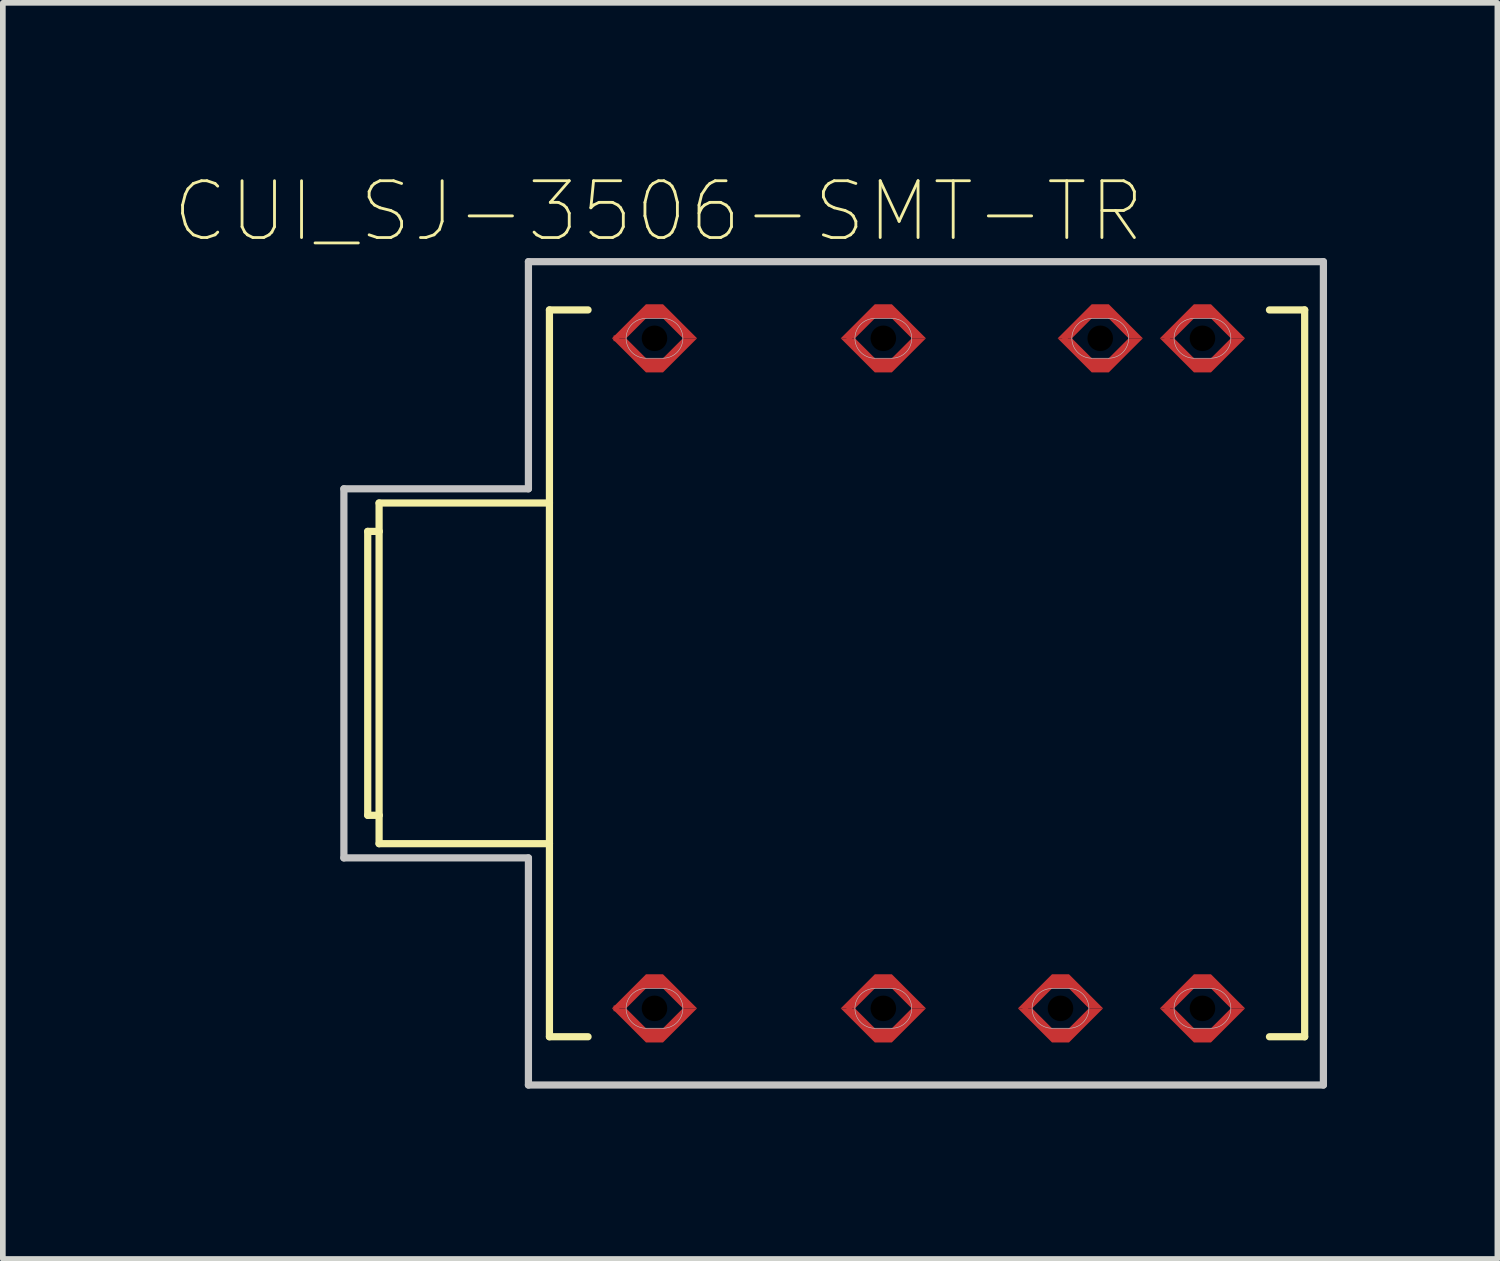
<source format=kicad_pcb>
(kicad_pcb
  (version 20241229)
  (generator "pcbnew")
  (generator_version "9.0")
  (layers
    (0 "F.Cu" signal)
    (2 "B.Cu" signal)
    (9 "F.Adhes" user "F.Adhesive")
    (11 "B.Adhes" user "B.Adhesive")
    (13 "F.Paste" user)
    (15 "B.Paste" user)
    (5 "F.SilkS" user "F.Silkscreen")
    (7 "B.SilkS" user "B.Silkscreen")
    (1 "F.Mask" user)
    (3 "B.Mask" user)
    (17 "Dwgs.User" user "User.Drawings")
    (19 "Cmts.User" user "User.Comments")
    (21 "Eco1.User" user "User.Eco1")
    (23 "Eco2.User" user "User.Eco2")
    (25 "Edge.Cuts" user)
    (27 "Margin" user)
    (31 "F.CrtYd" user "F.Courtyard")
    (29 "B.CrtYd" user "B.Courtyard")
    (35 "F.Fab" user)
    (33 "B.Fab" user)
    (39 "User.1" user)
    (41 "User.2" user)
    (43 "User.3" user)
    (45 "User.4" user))
  (footprint "CUI_SJ-3506-SMT-TR"
    (layer "F.Cu")
    (at 12.506 8.808)
    (property "Reference" "CUI_SJ-3506-SMT-TR" (at -3.96 -8.135 0) (layer "F.SilkS") (effects (font (size 1 1) (thickness 0.05))))
    (attr smd)
    (fp_poly (pts (xy -4.78 -5.9) (xy -4.18 -5.3) (xy -3.88 -5.3) (xy -3.28 -5.9) (xy -3.53 -5.9) (xy -3.88 -5.55) (xy -4.18 -5.55) (xy -4.53 -5.9)) (stroke (width 0) (type solid)) (fill yes) (layer "F.Cu"))
    (fp_poly (pts (xy -4.78 5.9) (xy -4.18 6.5) (xy -3.88 6.5) (xy -3.28 5.9) (xy -3.53 5.9) (xy -3.88 6.25) (xy -4.18 6.25) (xy -4.53 5.9)) (stroke (width 0) (type solid)) (fill yes) (layer "F.Cu"))
    (fp_poly (pts (xy -3.28 -5.9) (xy -3.88 -6.5) (xy -4.18 -6.5) (xy -4.78 -5.9) (xy -4.53 -5.9) (xy -4.18 -6.25) (xy -3.88 -6.25) (xy -3.53 -5.9)) (stroke (width 0) (type solid)) (fill yes) (layer "F.Cu"))
    (fp_poly (pts (xy -3.28 5.9) (xy -3.88 5.3) (xy -4.18 5.3) (xy -4.78 5.9) (xy -4.53 5.9) (xy -4.18 5.55) (xy -3.88 5.55) (xy -3.53 5.9)) (stroke (width 0) (type solid)) (fill yes) (layer "F.Cu"))
    (fp_poly (pts (xy -0.75 -5.9) (xy -0.15 -5.3) (xy 0.15 -5.3) (xy 0.75 -5.9) (xy 0.5 -5.9) (xy 0.15 -5.55) (xy -0.15 -5.55) (xy -0.5 -5.9)) (stroke (width 0) (type solid)) (fill yes) (layer "F.Cu"))
    (fp_poly (pts (xy -0.75 5.9) (xy -0.15 6.5) (xy 0.15 6.5) (xy 0.75 5.9) (xy 0.5 5.9) (xy 0.15 6.25) (xy -0.15 6.25) (xy -0.5 5.9)) (stroke (width 0) (type solid)) (fill yes) (layer "F.Cu"))
    (fp_poly (pts (xy 0.75 -5.9) (xy 0.15 -6.5) (xy -0.15 -6.5) (xy -0.75 -5.9) (xy -0.5 -5.9) (xy -0.15 -6.25) (xy 0.15 -6.25) (xy 0.5 -5.9)) (stroke (width 0) (type solid)) (fill yes) (layer "F.Cu"))
    (fp_poly (pts (xy 0.75 5.9) (xy 0.15 5.3) (xy -0.15 5.3) (xy -0.75 5.9) (xy -0.5 5.9) (xy -0.15 5.55) (xy 0.15 5.55) (xy 0.5 5.9)) (stroke (width 0) (type solid)) (fill yes) (layer "F.Cu"))
    (fp_poly (pts (xy 2.37 5.9) (xy 2.97 6.5) (xy 3.27 6.5) (xy 3.87 5.9) (xy 3.62 5.9) (xy 3.27 6.25) (xy 2.97 6.25) (xy 2.62 5.9)) (stroke (width 0) (type solid)) (fill yes) (layer "F.Cu"))
    (fp_poly (pts (xy 3.07 -5.9) (xy 3.67 -5.3) (xy 3.97 -5.3) (xy 4.57 -5.9) (xy 4.32 -5.9) (xy 3.97 -5.55) (xy 3.67 -5.55) (xy 3.32 -5.9)) (stroke (width 0) (type solid)) (fill yes) (layer "F.Cu"))
    (fp_poly (pts (xy 3.87 5.9) (xy 3.27 5.3) (xy 2.97 5.3) (xy 2.37 5.9) (xy 2.62 5.9) (xy 2.97 5.55) (xy 3.27 5.55) (xy 3.62 5.9)) (stroke (width 0) (type solid)) (fill yes) (layer "F.Cu"))
    (fp_poly (pts (xy 4.57 -5.9) (xy 3.97 -6.5) (xy 3.67 -6.5) (xy 3.07 -5.9) (xy 3.32 -5.9) (xy 3.67 -6.25) (xy 3.97 -6.25) (xy 4.32 -5.9)) (stroke (width 0) (type solid)) (fill yes) (layer "F.Cu"))
    (fp_poly (pts (xy 4.87 -5.9) (xy 5.47 -5.3) (xy 5.77 -5.3) (xy 6.37 -5.9) (xy 6.12 -5.9) (xy 5.77 -5.55) (xy 5.47 -5.55) (xy 5.12 -5.9)) (stroke (width 0) (type solid)) (fill yes) (layer "F.Cu"))
    (fp_poly (pts (xy 4.87 5.9) (xy 5.47 6.5) (xy 5.77 6.5) (xy 6.37 5.9) (xy 6.12 5.9) (xy 5.77 6.25) (xy 5.47 6.25) (xy 5.12 5.9)) (stroke (width 0) (type solid)) (fill yes) (layer "F.Cu"))
    (fp_poly (pts (xy 6.37 -5.9) (xy 5.77 -6.5) (xy 5.47 -6.5) (xy 4.87 -5.9) (xy 5.12 -5.9) (xy 5.47 -6.25) (xy 5.77 -6.25) (xy 6.12 -5.9)) (stroke (width 0) (type solid)) (fill yes) (layer "F.Cu"))
    (fp_poly (pts (xy 6.37 5.9) (xy 5.77 5.3) (xy 5.47 5.3) (xy 4.87 5.9) (xy 5.12 5.9) (xy 5.47 5.55) (xy 5.77 5.55) (xy 6.12 5.9)) (stroke (width 0) (type solid)) (fill yes) (layer "F.Cu"))
    (fp_poly (pts (xy -4.88 -6.6) (xy -3.18 -6.6) (xy -3.18 -5.2) (xy -4.88 -5.2)) (stroke (width 0.381) (type solid)) (fill yes) (layer "F.Mask"))
    (fp_poly (pts (xy -4.88 5.2) (xy -3.18 5.2) (xy -3.18 6.6) (xy -4.88 6.6)) (stroke (width 0.381) (type solid)) (fill yes) (layer "F.Mask"))
    (fp_poly (pts (xy -0.85 -6.6) (xy 0.85 -6.6) (xy 0.85 -5.2) (xy -0.85 -5.2)) (stroke (width 0.381) (type solid)) (fill yes) (layer "F.Mask"))
    (fp_poly (pts (xy -0.85 5.2) (xy 0.85 5.2) (xy 0.85 6.6) (xy -0.85 6.6)) (stroke (width 0.381) (type solid)) (fill yes) (layer "F.Mask"))
    (fp_poly (pts (xy 2.27 5.2) (xy 3.97 5.2) (xy 3.97 6.6) (xy 2.27 6.6)) (stroke (width 0.381) (type solid)) (fill yes) (layer "F.Mask"))
    (fp_poly (pts (xy 2.97 -6.6) (xy 4.67 -6.6) (xy 4.67 -5.2) (xy 2.97 -5.2)) (stroke (width 0.381) (type solid)) (fill yes) (layer "F.Mask"))
    (fp_poly (pts (xy 4.77 -6.6) (xy 6.47 -6.6) (xy 6.47 -5.2) (xy 4.77 -5.2)) (stroke (width 0.381) (type solid)) (fill yes) (layer "F.Mask"))
    (fp_poly (pts (xy 4.77 5.2) (xy 6.47 5.2) (xy 6.47 6.6) (xy 4.77 6.6)) (stroke (width 0.381) (type solid)) (fill yes) (layer "F.Mask"))
    (fp_line (start -9.08 -2.5) (end -8.88 -2.5) (stroke (width 0.127) (type solid)) (layer "F.SilkS"))
    (fp_line (start -9.08 2.5) (end -9.08 -2.5) (stroke (width 0.127) (type solid)) (layer "F.SilkS"))
    (fp_line (start -9.08 2.5) (end -8.88 2.5) (stroke (width 0.127) (type solid)) (layer "F.SilkS"))
    (fp_line (start -8.88 -3) (end -8.88 -2.5) (stroke (width 0.127) (type solid)) (layer "F.SilkS"))
    (fp_line (start -8.88 -2.5) (end -8.88 2.5) (stroke (width 0.127) (type solid)) (layer "F.SilkS"))
    (fp_line (start -8.88 2.5) (end -8.88 3) (stroke (width 0.127) (type solid)) (layer "F.SilkS"))
    (fp_line (start -8.88 3) (end -5.88 3) (stroke (width 0.127) (type solid)) (layer "F.SilkS"))
    (fp_line (start -5.88 -6.4) (end -5.88 -3) (stroke (width 0.127) (type solid)) (layer "F.SilkS"))
    (fp_line (start -5.88 -3) (end -8.88 -3) (stroke (width 0.127) (type solid)) (layer "F.SilkS"))
    (fp_line (start -5.88 -3) (end -5.88 3) (stroke (width 0.127) (type solid)) (layer "F.SilkS"))
    (fp_line (start -5.88 3) (end -5.88 6.4) (stroke (width 0.127) (type solid)) (layer "F.SilkS"))
    (fp_line (start -5.88 6.4) (end -5.2 6.4) (stroke (width 0.127) (type solid)) (layer "F.SilkS"))
    (fp_line (start -5.2 -6.4) (end -5.88 -6.4) (stroke (width 0.127) (type solid)) (layer "F.SilkS"))
    (fp_line (start 6.8 6.4) (end 7.42 6.4) (stroke (width 0.127) (type solid)) (layer "F.SilkS"))
    (fp_line (start 7.42 -6.4) (end 6.8 -6.4) (stroke (width 0.127) (type solid)) (layer "F.SilkS"))
    (fp_line (start 7.42 6.4) (end 7.42 -6.4) (stroke (width 0.127) (type solid)) (layer "F.SilkS"))
    (fp_poly (pts (xy -4.78 -5.9) (xy -4.18 -5.3) (xy -3.88 -5.3) (xy -3.28 -5.9) (xy -3.53 -5.9) (xy -3.88 -5.55) (xy -4.18 -5.55) (xy -4.53 -5.9)) (stroke (width 0) (type solid)) (fill yes) (layer "F.Paste"))
    (fp_poly (pts (xy -4.78 5.9) (xy -4.18 6.5) (xy -3.88 6.5) (xy -3.28 5.9) (xy -3.53 5.9) (xy -3.88 6.25) (xy -4.18 6.25) (xy -4.53 5.9)) (stroke (width 0) (type solid)) (fill yes) (layer "F.Paste"))
    (fp_poly (pts (xy -3.28 -5.9) (xy -3.88 -6.5) (xy -4.18 -6.5) (xy -4.78 -5.9) (xy -4.53 -5.9) (xy -4.18 -6.25) (xy -3.88 -6.25) (xy -3.53 -5.9)) (stroke (width 0) (type solid)) (fill yes) (layer "F.Paste"))
    (fp_poly (pts (xy -3.28 5.9) (xy -3.88 5.3) (xy -4.18 5.3) (xy -4.78 5.9) (xy -4.53 5.9) (xy -4.18 5.55) (xy -3.88 5.55) (xy -3.53 5.9)) (stroke (width 0) (type solid)) (fill yes) (layer "F.Paste"))
    (fp_poly (pts (xy -0.75 -5.9) (xy -0.15 -5.3) (xy 0.15 -5.3) (xy 0.75 -5.9) (xy 0.5 -5.9) (xy 0.15 -5.55) (xy -0.15 -5.55) (xy -0.5 -5.9)) (stroke (width 0) (type solid)) (fill yes) (layer "F.Paste"))
    (fp_poly (pts (xy -0.75 5.9) (xy -0.15 6.5) (xy 0.15 6.5) (xy 0.75 5.9) (xy 0.5 5.9) (xy 0.15 6.25) (xy -0.15 6.25) (xy -0.5 5.9)) (stroke (width 0) (type solid)) (fill yes) (layer "F.Paste"))
    (fp_poly (pts (xy 0.75 -5.9) (xy 0.15 -6.5) (xy -0.15 -6.5) (xy -0.75 -5.9) (xy -0.5 -5.9) (xy -0.15 -6.25) (xy 0.15 -6.25) (xy 0.5 -5.9)) (stroke (width 0) (type solid)) (fill yes) (layer "F.Paste"))
    (fp_poly (pts (xy 0.75 5.9) (xy 0.15 5.3) (xy -0.15 5.3) (xy -0.75 5.9) (xy -0.5 5.9) (xy -0.15 5.55) (xy 0.15 5.55) (xy 0.5 5.9)) (stroke (width 0) (type solid)) (fill yes) (layer "F.Paste"))
    (fp_poly (pts (xy 2.37 5.9) (xy 2.97 6.5) (xy 3.27 6.5) (xy 3.87 5.9) (xy 3.62 5.9) (xy 3.27 6.25) (xy 2.97 6.25) (xy 2.62 5.9)) (stroke (width 0) (type solid)) (fill yes) (layer "F.Paste"))
    (fp_poly (pts (xy 3.07 -5.9) (xy 3.67 -5.3) (xy 3.97 -5.3) (xy 4.57 -5.9) (xy 4.32 -5.9) (xy 3.97 -5.55) (xy 3.67 -5.55) (xy 3.32 -5.9)) (stroke (width 0) (type solid)) (fill yes) (layer "F.Paste"))
    (fp_poly (pts (xy 3.87 5.9) (xy 3.27 5.3) (xy 2.97 5.3) (xy 2.37 5.9) (xy 2.62 5.9) (xy 2.97 5.55) (xy 3.27 5.55) (xy 3.62 5.9)) (stroke (width 0) (type solid)) (fill yes) (layer "F.Paste"))
    (fp_poly (pts (xy 4.57 -5.9) (xy 3.97 -6.5) (xy 3.67 -6.5) (xy 3.07 -5.9) (xy 3.32 -5.9) (xy 3.67 -6.25) (xy 3.97 -6.25) (xy 4.32 -5.9)) (stroke (width 0) (type solid)) (fill yes) (layer "F.Paste"))
    (fp_poly (pts (xy 4.87 -5.9) (xy 5.47 -5.3) (xy 5.77 -5.3) (xy 6.37 -5.9) (xy 6.12 -5.9) (xy 5.77 -5.55) (xy 5.47 -5.55) (xy 5.12 -5.9)) (stroke (width 0) (type solid)) (fill yes) (layer "F.Paste"))
    (fp_poly (pts (xy 4.87 5.9) (xy 5.47 6.5) (xy 5.77 6.5) (xy 6.37 5.9) (xy 6.12 5.9) (xy 5.77 6.25) (xy 5.47 6.25) (xy 5.12 5.9)) (stroke (width 0) (type solid)) (fill yes) (layer "F.Paste"))
    (fp_poly (pts (xy 6.37 -5.9) (xy 5.77 -6.5) (xy 5.47 -6.5) (xy 4.87 -5.9) (xy 5.12 -5.9) (xy 5.47 -6.25) (xy 5.77 -6.25) (xy 6.12 -5.9)) (stroke (width 0) (type solid)) (fill yes) (layer "F.Paste"))
    (fp_poly (pts (xy 6.37 5.9) (xy 5.77 5.3) (xy 5.47 5.3) (xy 4.87 5.9) (xy 5.12 5.9) (xy 5.47 5.55) (xy 5.77 5.55) (xy 6.12 5.9)) (stroke (width 0) (type solid)) (fill yes) (layer "F.Paste"))
    (fp_line (start -9.5 -3.25) (end -9.5 3.25) (stroke (width 0.127) (type solid)) (layer "Dwgs.User"))
    (fp_line (start -9.5 3.25) (end -6.25 3.25) (stroke (width 0.127) (type solid)) (layer "Dwgs.User"))
    (fp_line (start -6.25 -7.25) (end -6.25 -3.25) (stroke (width 0.127) (type solid)) (layer "Dwgs.User"))
    (fp_line (start -6.25 -3.25) (end -9.5 -3.25) (stroke (width 0.127) (type solid)) (layer "Dwgs.User"))
    (fp_line (start -6.25 3.25) (end -6.25 7.25) (stroke (width 0.127) (type solid)) (layer "Dwgs.User"))
    (fp_line (start -6.25 7.25) (end 7.75 7.25) (stroke (width 0.127) (type solid)) (layer "Dwgs.User"))
    (fp_line (start -4.18 -6.25) (end -3.88 -6.25) (stroke (width 0.01) (type solid)) (layer "Dwgs.User"))
    (fp_line (start -4.18 5.55) (end -3.88 5.55) (stroke (width 0.01) (type solid)) (layer "Dwgs.User"))
    (fp_line (start -3.88 -5.55) (end -4.18 -5.55) (stroke (width 0.01) (type solid)) (layer "Dwgs.User"))
    (fp_line (start -3.88 6.25) (end -4.18 6.25) (stroke (width 0.01) (type solid)) (layer "Dwgs.User"))
    (fp_line (start -0.15 -6.25) (end 0.15 -6.25) (stroke (width 0.01) (type solid)) (layer "Dwgs.User"))
    (fp_line (start -0.15 5.55) (end 0.15 5.55) (stroke (width 0.01) (type solid)) (layer "Dwgs.User"))
    (fp_line (start 0.15 -5.55) (end -0.15 -5.55) (stroke (width 0.01) (type solid)) (layer "Dwgs.User"))
    (fp_line (start 0.15 6.25) (end -0.15 6.25) (stroke (width 0.01) (type solid)) (layer "Dwgs.User"))
    (fp_line (start 2.97 5.55) (end 3.27 5.55) (stroke (width 0.01) (type solid)) (layer "Dwgs.User"))
    (fp_line (start 3.27 6.25) (end 2.97 6.25) (stroke (width 0.01) (type solid)) (layer "Dwgs.User"))
    (fp_line (start 3.67 -6.25) (end 3.97 -6.25) (stroke (width 0.01) (type solid)) (layer "Dwgs.User"))
    (fp_line (start 3.97 -5.55) (end 3.67 -5.55) (stroke (width 0.01) (type solid)) (layer "Dwgs.User"))
    (fp_line (start 5.47 -6.25) (end 5.77 -6.25) (stroke (width 0.01) (type solid)) (layer "Dwgs.User"))
    (fp_line (start 5.47 5.55) (end 5.77 5.55) (stroke (width 0.01) (type solid)) (layer "Dwgs.User"))
    (fp_line (start 5.77 -5.55) (end 5.47 -5.55) (stroke (width 0.01) (type solid)) (layer "Dwgs.User"))
    (fp_line (start 5.77 6.25) (end 5.47 6.25) (stroke (width 0.01) (type solid)) (layer "Dwgs.User"))
    (fp_line (start 7.75 -7.25) (end -6.25 -7.25) (stroke (width 0.127) (type solid)) (layer "Dwgs.User"))
    (fp_line (start 7.75 7.25) (end 7.75 -7.25) (stroke (width 0.127) (type solid)) (layer "Dwgs.User"))
    (fp_arc (start -4.53 -5.9) (mid -4.427487 -6.147487) (end -4.18 -6.25) (stroke (width 0.01) (type solid)) (layer "Dwgs.User"))
    (fp_arc (start -4.53 5.9) (mid -4.427487 5.652513) (end -4.18 5.55) (stroke (width 0.01) (type solid)) (layer "Dwgs.User"))
    (fp_arc (start -4.18 -5.55) (mid -4.427487 -5.652513) (end -4.53 -5.9) (stroke (width 0.01) (type solid)) (layer "Dwgs.User"))
    (fp_arc (start -4.18 6.25) (mid -4.427487 6.147487) (end -4.53 5.9) (stroke (width 0.01) (type solid)) (layer "Dwgs.User"))
    (fp_arc (start -3.88 -6.25) (mid -3.632513 -6.147487) (end -3.53 -5.9) (stroke (width 0.01) (type solid)) (layer "Dwgs.User"))
    (fp_arc (start -3.88 5.55) (mid -3.632513 5.652513) (end -3.53 5.9) (stroke (width 0.01) (type solid)) (layer "Dwgs.User"))
    (fp_arc (start -3.53 -5.9) (mid -3.632513 -5.652513) (end -3.88 -5.55) (stroke (width 0.01) (type solid)) (layer "Dwgs.User"))
    (fp_arc (start -3.53 5.9) (mid -3.632513 6.147487) (end -3.88 6.25) (stroke (width 0.01) (type solid)) (layer "Dwgs.User"))
    (fp_arc (start -0.5 -5.9) (mid -0.397487 -6.147487) (end -0.15 -6.25) (stroke (width 0.01) (type solid)) (layer "Dwgs.User"))
    (fp_arc (start -0.5 5.9) (mid -0.397487 5.652513) (end -0.15 5.55) (stroke (width 0.01) (type solid)) (layer "Dwgs.User"))
    (fp_arc (start -0.15 -5.55) (mid -0.397487 -5.652513) (end -0.5 -5.9) (stroke (width 0.01) (type solid)) (layer "Dwgs.User"))
    (fp_arc (start -0.15 6.25) (mid -0.397487 6.147487) (end -0.5 5.9) (stroke (width 0.01) (type solid)) (layer "Dwgs.User"))
    (fp_arc (start 0.15 -6.25) (mid 0.397487 -6.147487) (end 0.5 -5.9) (stroke (width 0.01) (type solid)) (layer "Dwgs.User"))
    (fp_arc (start 0.15 5.55) (mid 0.397487 5.652513) (end 0.5 5.9) (stroke (width 0.01) (type solid)) (layer "Dwgs.User"))
    (fp_arc (start 0.5 -5.9) (mid 0.397487 -5.652513) (end 0.15 -5.55) (stroke (width 0.01) (type solid)) (layer "Dwgs.User"))
    (fp_arc (start 0.5 5.9) (mid 0.397487 6.147487) (end 0.15 6.25) (stroke (width 0.01) (type solid)) (layer "Dwgs.User"))
    (fp_arc (start 2.62 5.9) (mid 2.722513 5.652513) (end 2.97 5.55) (stroke (width 0.01) (type solid)) (layer "Dwgs.User"))
    (fp_arc (start 2.97 6.25) (mid 2.722513 6.147487) (end 2.62 5.9) (stroke (width 0.01) (type solid)) (layer "Dwgs.User"))
    (fp_arc (start 3.27 5.55) (mid 3.517487 5.652513) (end 3.62 5.9) (stroke (width 0.01) (type solid)) (layer "Dwgs.User"))
    (fp_arc (start 3.32 -5.9) (mid 3.422513 -6.147487) (end 3.67 -6.25) (stroke (width 0.01) (type solid)) (layer "Dwgs.User"))
    (fp_arc (start 3.62 5.9) (mid 3.517487 6.147487) (end 3.27 6.25) (stroke (width 0.01) (type solid)) (layer "Dwgs.User"))
    (fp_arc (start 3.67 -5.55) (mid 3.422513 -5.652513) (end 3.32 -5.9) (stroke (width 0.01) (type solid)) (layer "Dwgs.User"))
    (fp_arc (start 3.97 -6.25) (mid 4.217487 -6.147487) (end 4.32 -5.9) (stroke (width 0.01) (type solid)) (layer "Dwgs.User"))
    (fp_arc (start 4.32 -5.9) (mid 4.217487 -5.652513) (end 3.97 -5.55) (stroke (width 0.01) (type solid)) (layer "Dwgs.User"))
    (fp_arc (start 5.12 -5.9) (mid 5.222513 -6.147487) (end 5.47 -6.25) (stroke (width 0.01) (type solid)) (layer "Dwgs.User"))
    (fp_arc (start 5.12 5.9) (mid 5.222513 5.652513) (end 5.47 5.55) (stroke (width 0.01) (type solid)) (layer "Dwgs.User"))
    (fp_arc (start 5.47 -5.55) (mid 5.222513 -5.652513) (end 5.12 -5.9) (stroke (width 0.01) (type solid)) (layer "Dwgs.User"))
    (fp_arc (start 5.47 6.25) (mid 5.222513 6.147487) (end 5.12 5.9) (stroke (width 0.01) (type solid)) (layer "Dwgs.User"))
    (fp_arc (start 5.77 -6.25) (mid 6.017487 -6.147487) (end 6.12 -5.9) (stroke (width 0.01) (type solid)) (layer "Dwgs.User"))
    (fp_arc (start 5.77 5.55) (mid 6.017487 5.652513) (end 6.12 5.9) (stroke (width 0.01) (type solid)) (layer "Dwgs.User"))
    (fp_arc (start 6.12 -5.9) (mid 6.017487 -5.652513) (end 5.77 -5.55) (stroke (width 0.01) (type solid)) (layer "Dwgs.User"))
    (fp_arc (start 6.12 5.9) (mid 6.017487 6.147487) (end 5.77 6.25) (stroke (width 0.01) (type solid)) (layer "Dwgs.User"))
    (pad "" np_thru_hole circle (at -4.03 -5.9) (size 0.45 0.45) (drill 0.45) (layers))
    (pad "" np_thru_hole circle (at -4.03 5.9) (size 0.45 0.45) (drill 0.45) (layers))
    (pad "" np_thru_hole circle (at 0 -5.9) (size 0.45 0.45) (drill 0.45) (layers))
    (pad "" np_thru_hole circle (at 0 5.9) (size 0.45 0.45) (drill 0.45) (layers))
    (pad "" np_thru_hole circle (at 3.12 5.9) (size 0.45 0.45) (drill 0.45) (layers))
    (pad "" np_thru_hole circle (at 3.82 -5.9) (size 0.45 0.45) (drill 0.45) (layers))
    (pad "" np_thru_hole circle (at 5.62 -5.9) (size 0.45 0.45) (drill 0.45) (layers))
    (pad "" np_thru_hole circle (at 5.62 5.9) (size 0.45 0.45) (drill 0.45) (layers))
    (pad "1" smd rect (at -4.7 -5.9) (size 0.1 0.1) (layers "F.Cu" "F.Mask" "F.Paste"))
    (pad "2" smd rect (at 3.2 -5.9) (size 0.1 0.1) (layers "F.Cu" "F.Mask" "F.Paste"))
    (pad "3" smd rect (at 5 5.9) (size 0.1 0.1) (layers "F.Cu" "F.Mask" "F.Paste"))
    (pad "4" smd rect (at 2.5 5.9) (size 0.1 0.1) (layers "F.Cu" "F.Mask" "F.Paste"))
    (pad "5" smd rect (at -4.7 5.9) (size 0.1 0.1) (layers "F.Cu" "F.Mask" "F.Paste"))
    (pad "6" smd rect (at 5 -5.9) (size 0.1 0.1) (layers "F.Cu" "F.Mask" "F.Paste"))
    (pad "S1" smd rect (at -0.6 -5.9) (size 0.1 0.1) (layers "F.Cu" "F.Mask" "F.Paste"))
    (pad "S2" smd rect (at -0.6 5.9) (size 0.1 0.1) (layers "F.Cu" "F.Mask" "F.Paste")))
  (gr_rect
    (start -3 -3)
    (end 23.32 19.121)
    (stroke (width 0.1) (type default))
    (fill no)
    (layer "Edge.Cuts")))
</source>
